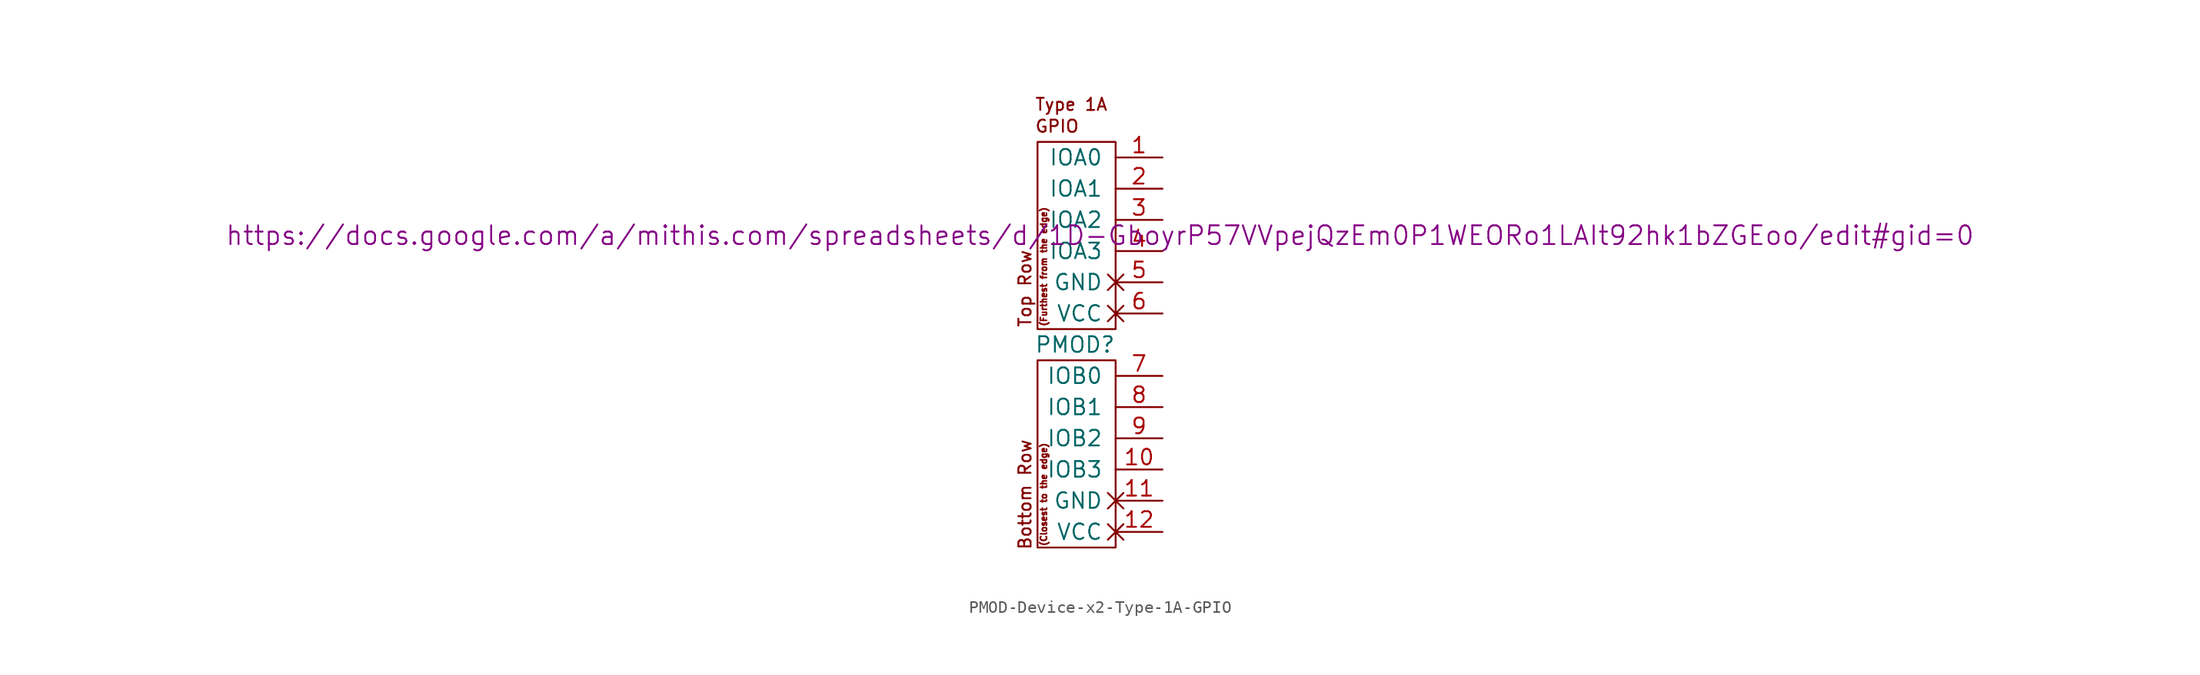
<source format=kicad_sym>
(kicad_symbol_lib
  (version 20211014)
  (generator kicad_symbol_editor)
  (symbol "PMOD-Device-x2-Type-1A-GPIO"
    (pin_names
      (offset 1.016))
    (property "Reference" "PMOD"
      (at -3.302 -1.27 0)
      (effects (font (size 1.27 1.27))))
    (property "Datasheet" "https://docs.google.com/a/mithis.com/spreadsheets/d/1D-GboyrP57VVpejQzEm0P1WEORo1LAIt92hk1bZGEoo/edit#gid=0"
      (at -1.27 7.62 0)
      (effects (font (size 1.524 1.524))))
    (symbol "PMOD-Device-x2-Type-1A-GPIO_0_0"
      (text "(Closest to the edge)" (at -5.842 -13.462 900) (effects (font (size 0.508 0.508))))
      (text "(Furthest from the edge)" (at -5.842 5.08 900) (effects (font (size 0.508 0.508))))
      (text "Bottom Row" (at -7.366 -13.462 900) (effects (font (size 0.991 0.991))))
      (text "GPIO" (at -6.604 16.51 0) (effects (font (size 0.991 0.991)) (justify left)))
      (text "Top Row" (at -7.366 3.302 900) (effects (font (size 0.991 0.991))))
      (text "Type 1A" (at -6.604 18.288 0) (effects (font (size 0.991 0.991)) (justify left))))
    (symbol "PMOD-Device-x2-Type-1A-GPIO_0_1"
      (rectangle (start -6.35 -2.54) (end 0 -17.78) (stroke (width 0) (type default) (color 0 0 0 0)) (fill (type none)))
      (rectangle (start 0 15.24) (end -6.35 0) (stroke (width 0) (type default) (color 0 0 0 0)) (fill (type none))))
    (symbol "PMOD-Device-x2-Type-1A-GPIO_1_1"
      (pin bidirectional line (at 3.81 13.97 180) (length 3.81) (name "IOA0" (effects (font (size 1.27 1.27)))) (number "1" (effects (font (size 1.27 1.27)))))
      (pin bidirectional line (at 3.81 -11.43 180) (length 3.81) (name "IOB3" (effects (font (size 1.27 1.27)))) (number "10" (effects (font (size 1.27 1.27)))))
      (pin power_out non_logic (at 3.81 -13.97 180) (length 3.81) (name "GND" (effects (font (size 1.27 1.27)))) (number "11" (effects (font (size 1.27 1.27)))))
      (pin power_out non_logic (at 3.81 -16.51 180) (length 3.81) (name "VCC" (effects (font (size 1.27 1.27)))) (number "12" (effects (font (size 1.27 1.27)))))
      (pin bidirectional line (at 3.81 11.43 180) (length 3.81) (name "IOA1" (effects (font (size 1.27 1.27)))) (number "2" (effects (font (size 1.27 1.27)))))
      (pin bidirectional line (at 3.81 8.89 180) (length 3.81) (name "IOA2" (effects (font (size 1.27 1.27)))) (number "3" (effects (font (size 1.27 1.27)))))
      (pin bidirectional line (at 3.81 6.35 180) (length 3.81) (name "IOA3" (effects (font (size 1.27 1.27)))) (number "4" (effects (font (size 1.27 1.27)))))
      (pin power_out non_logic (at 3.81 3.81 180) (length 3.81) (name "GND" (effects (font (size 1.27 1.27)))) (number "5" (effects (font (size 1.27 1.27)))))
      (pin power_out non_logic (at 3.81 1.27 180) (length 3.81) (name "VCC" (effects (font (size 1.27 1.27)))) (number "6" (effects (font (size 1.27 1.27)))))
      (pin bidirectional line (at 3.81 -3.81 180) (length 3.81) (name "IOB0" (effects (font (size 1.27 1.27)))) (number "7" (effects (font (size 1.27 1.27)))))
      (pin bidirectional line (at 3.81 -6.35 180) (length 3.81) (name "IOB1" (effects (font (size 1.27 1.27)))) (number "8" (effects (font (size 1.27 1.27)))))
      (pin bidirectional line (at 3.81 -8.89 180) (length 3.81) (name "IOB2" (effects (font (size 1.27 1.27)))) (number "9" (effects (font (size 1.27 1.27))))))))
</source>
